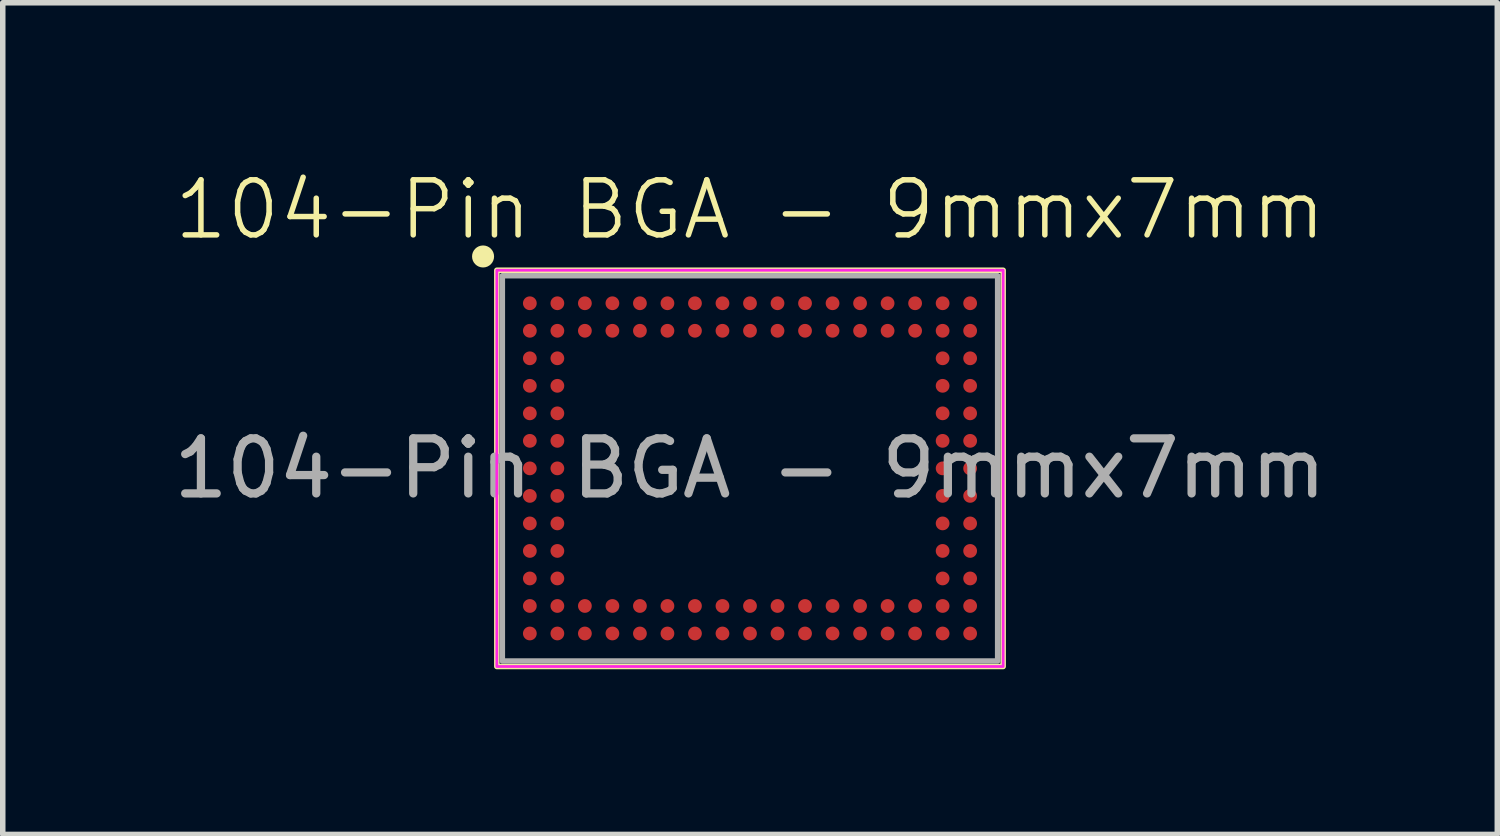
<source format=kicad_pcb>
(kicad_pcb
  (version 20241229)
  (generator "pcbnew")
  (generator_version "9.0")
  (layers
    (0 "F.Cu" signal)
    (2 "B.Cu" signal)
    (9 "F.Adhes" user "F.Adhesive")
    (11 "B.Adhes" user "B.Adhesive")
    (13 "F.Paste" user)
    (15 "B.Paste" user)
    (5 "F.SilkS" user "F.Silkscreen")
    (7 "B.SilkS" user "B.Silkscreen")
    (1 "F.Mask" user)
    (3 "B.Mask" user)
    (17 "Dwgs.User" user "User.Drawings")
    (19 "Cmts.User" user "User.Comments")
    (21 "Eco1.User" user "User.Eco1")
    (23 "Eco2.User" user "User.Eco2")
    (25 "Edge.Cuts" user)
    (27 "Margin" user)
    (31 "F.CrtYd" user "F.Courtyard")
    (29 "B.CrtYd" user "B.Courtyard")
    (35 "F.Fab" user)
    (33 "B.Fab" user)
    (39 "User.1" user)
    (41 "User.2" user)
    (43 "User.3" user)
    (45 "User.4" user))
  (footprint "104-Pin BGA - 9mmx7mm"
    (layer "F.Cu")
    (at 10.577 5.46)
    (property "Reference" "104-Pin BGA - 9mmx7mm" (at 0 -4.7 0) (unlocked yes) (layer "F.SilkS") (effects (font (size 1 1) (thickness 0.1))))
    (attr smd)
    (fp_rect (start -4.6 -3.6) (end 4.6 3.6) (stroke (width 0.1) (type default)) (fill no) (layer "F.SilkS"))
    (fp_circle (center -4.85 -3.85) (end -4.7 -3.85) (stroke (width 0.1) (type solid)) (fill yes) (layer "F.SilkS"))
    (fp_rect (start -4.6 -3.6) (end 4.6 3.6) (stroke (width 0.05) (type default)) (fill no) (layer "F.CrtYd"))
    (fp_rect (start -4.5 -3.5) (end 4.5 3.5) (stroke (width 0.1) (type default)) (fill no) (layer "F.Fab"))
    (fp_text user "${REFERENCE}" (at 0 0 0) (unlocked yes) (layer "F.Fab") (effects (font (size 1 1) (thickness 0.15))))
    (pad "A1" smd circle (at -4 -3) (size 0.25 0.25) (property pad_prop_bga) (layers "F.Cu" "F.Mask" "F.Paste"))
    (pad "A2" smd circle (at -3.5 -3) (size 0.25 0.25) (property pad_prop_bga) (layers "F.Cu" "F.Mask" "F.Paste"))
    (pad "A3" smd circle (at -3 -3) (size 0.25 0.25) (property pad_prop_bga) (layers "F.Cu" "F.Mask" "F.Paste"))
    (pad "A4" smd circle (at -2.5 -3) (size 0.25 0.25) (property pad_prop_bga) (layers "F.Cu" "F.Mask" "F.Paste"))
    (pad "A5" smd circle (at -2 -3) (size 0.25 0.25) (property pad_prop_bga) (layers "F.Cu" "F.Mask" "F.Paste"))
    (pad "A6" smd circle (at -1.5 -3) (size 0.25 0.25) (property pad_prop_bga) (layers "F.Cu" "F.Mask" "F.Paste"))
    (pad "A7" smd circle (at -1 -3) (size 0.25 0.25) (property pad_prop_bga) (layers "F.Cu" "F.Mask" "F.Paste"))
    (pad "A8" smd circle (at -0.5 -3) (size 0.25 0.25) (property pad_prop_bga) (layers "F.Cu" "F.Mask" "F.Paste"))
    (pad "A9" smd circle (at 0 -3) (size 0.25 0.25) (property pad_prop_bga) (layers "F.Cu" "F.Mask" "F.Paste"))
    (pad "A10" smd circle (at 0.5 -3) (size 0.25 0.25) (property pad_prop_bga) (layers "F.Cu" "F.Mask" "F.Paste"))
    (pad "A11" smd circle (at 1 -3) (size 0.25 0.25) (property pad_prop_bga) (layers "F.Cu" "F.Mask" "F.Paste"))
    (pad "A12" smd circle (at 1.5 -3) (size 0.25 0.25) (property pad_prop_bga) (layers "F.Cu" "F.Mask" "F.Paste"))
    (pad "A13" smd circle (at 2 -3) (size 0.25 0.25) (property pad_prop_bga) (layers "F.Cu" "F.Mask" "F.Paste"))
    (pad "A14" smd circle (at 2.5 -3) (size 0.25 0.25) (property pad_prop_bga) (layers "F.Cu" "F.Mask" "F.Paste"))
    (pad "A15" smd circle (at 3 -3) (size 0.25 0.25) (property pad_prop_bga) (layers "F.Cu" "F.Mask" "F.Paste"))
    (pad "A16" smd circle (at 3.5 -3) (size 0.25 0.25) (property pad_prop_bga) (layers "F.Cu" "F.Mask" "F.Paste"))
    (pad "A17" smd circle (at 4 -3) (size 0.25 0.25) (property pad_prop_bga) (layers "F.Cu" "F.Mask" "F.Paste"))
    (pad "B1" smd circle (at -4 -2.5) (size 0.25 0.25) (property pad_prop_bga) (layers "F.Cu" "F.Mask" "F.Paste"))
    (pad "B2" smd circle (at -3.5 -2.5) (size 0.25 0.25) (property pad_prop_bga) (layers "F.Cu" "F.Mask" "F.Paste"))
    (pad "B3" smd circle (at -3 -2.5) (size 0.25 0.25) (property pad_prop_bga) (layers "F.Cu" "F.Mask" "F.Paste"))
    (pad "B4" smd circle (at -2.5 -2.5) (size 0.25 0.25) (property pad_prop_bga) (layers "F.Cu" "F.Mask" "F.Paste"))
    (pad "B5" smd circle (at -2 -2.5) (size 0.25 0.25) (property pad_prop_bga) (layers "F.Cu" "F.Mask" "F.Paste"))
    (pad "B6" smd circle (at -1.5 -2.5) (size 0.25 0.25) (property pad_prop_bga) (layers "F.Cu" "F.Mask" "F.Paste"))
    (pad "B7" smd circle (at -1 -2.5) (size 0.25 0.25) (property pad_prop_bga) (layers "F.Cu" "F.Mask" "F.Paste"))
    (pad "B8" smd circle (at -0.5 -2.5) (size 0.25 0.25) (property pad_prop_bga) (layers "F.Cu" "F.Mask" "F.Paste"))
    (pad "B9" smd circle (at 0 -2.5) (size 0.25 0.25) (property pad_prop_bga) (layers "F.Cu" "F.Mask" "F.Paste"))
    (pad "B10" smd circle (at 0.5 -2.5) (size 0.25 0.25) (property pad_prop_bga) (layers "F.Cu" "F.Mask" "F.Paste"))
    (pad "B11" smd circle (at 1 -2.5) (size 0.25 0.25) (property pad_prop_bga) (layers "F.Cu" "F.Mask" "F.Paste"))
    (pad "B12" smd circle (at 1.5 -2.5) (size 0.25 0.25) (property pad_prop_bga) (layers "F.Cu" "F.Mask" "F.Paste"))
    (pad "B13" smd circle (at 2 -2.5) (size 0.25 0.25) (property pad_prop_bga) (layers "F.Cu" "F.Mask" "F.Paste"))
    (pad "B14" smd circle (at 2.5 -2.5) (size 0.25 0.25) (property pad_prop_bga) (layers "F.Cu" "F.Mask" "F.Paste"))
    (pad "B15" smd circle (at 3 -2.5) (size 0.25 0.25) (property pad_prop_bga) (layers "F.Cu" "F.Mask" "F.Paste"))
    (pad "B16" smd circle (at 3.5 -2.5) (size 0.25 0.25) (property pad_prop_bga) (layers "F.Cu" "F.Mask" "F.Paste"))
    (pad "B17" smd circle (at 4 -2.5) (size 0.25 0.25) (property pad_prop_bga) (layers "F.Cu" "F.Mask" "F.Paste"))
    (pad "C1" smd circle (at -4 -2) (size 0.25 0.25) (property pad_prop_bga) (layers "F.Cu" "F.Mask" "F.Paste"))
    (pad "C2" smd circle (at -3.5 -2) (size 0.25 0.25) (property pad_prop_bga) (layers "F.Cu" "F.Mask" "F.Paste"))
    (pad "C16" smd circle (at 3.5 -2) (size 0.25 0.25) (property pad_prop_bga) (layers "F.Cu" "F.Mask" "F.Paste"))
    (pad "C17" smd circle (at 4 -2) (size 0.25 0.25) (property pad_prop_bga) (layers "F.Cu" "F.Mask" "F.Paste"))
    (pad "D1" smd circle (at -4 -1.5) (size 0.25 0.25) (property pad_prop_bga) (layers "F.Cu" "F.Mask" "F.Paste"))
    (pad "D2" smd circle (at -3.5 -1.5) (size 0.25 0.25) (property pad_prop_bga) (layers "F.Cu" "F.Mask" "F.Paste"))
    (pad "D16" smd circle (at 3.5 -1.5) (size 0.25 0.25) (property pad_prop_bga) (layers "F.Cu" "F.Mask" "F.Paste"))
    (pad "D17" smd circle (at 4 -1.5) (size 0.25 0.25) (property pad_prop_bga) (layers "F.Cu" "F.Mask" "F.Paste"))
    (pad "E1" smd circle (at -4 -1) (size 0.25 0.25) (property pad_prop_bga) (layers "F.Cu" "F.Mask" "F.Paste"))
    (pad "E2" smd circle (at -3.5 -1) (size 0.25 0.25) (property pad_prop_bga) (layers "F.Cu" "F.Mask" "F.Paste"))
    (pad "E16" smd circle (at 3.5 -1) (size 0.25 0.25) (property pad_prop_bga) (layers "F.Cu" "F.Mask" "F.Paste"))
    (pad "E17" smd circle (at 4 -1) (size 0.25 0.25) (property pad_prop_bga) (layers "F.Cu" "F.Mask" "F.Paste"))
    (pad "F1" smd circle (at -4 -0.5) (size 0.25 0.25) (property pad_prop_bga) (layers "F.Cu" "F.Mask" "F.Paste"))
    (pad "F2" smd circle (at -3.5 -0.5) (size 0.25 0.25) (property pad_prop_bga) (layers "F.Cu" "F.Mask" "F.Paste"))
    (pad "F16" smd circle (at 3.5 -0.5) (size 0.25 0.25) (property pad_prop_bga) (layers "F.Cu" "F.Mask" "F.Paste"))
    (pad "F17" smd circle (at 4 -0.5) (size 0.25 0.25) (property pad_prop_bga) (layers "F.Cu" "F.Mask" "F.Paste"))
    (pad "G1" smd circle (at -4 0) (size 0.25 0.25) (property pad_prop_bga) (layers "F.Cu" "F.Mask" "F.Paste"))
    (pad "G2" smd circle (at -3.5 0) (size 0.25 0.25) (property pad_prop_bga) (layers "F.Cu" "F.Mask" "F.Paste"))
    (pad "G16" smd circle (at 3.5 0) (size 0.25 0.25) (property pad_prop_bga) (layers "F.Cu" "F.Mask" "F.Paste"))
    (pad "G17" smd circle (at 4 0) (size 0.25 0.25) (property pad_prop_bga) (layers "F.Cu" "F.Mask" "F.Paste"))
    (pad "H1" smd circle (at -4 0.5) (size 0.25 0.25) (property pad_prop_bga) (layers "F.Cu" "F.Mask" "F.Paste"))
    (pad "H2" smd circle (at -3.5 0.5) (size 0.25 0.25) (property pad_prop_bga) (layers "F.Cu" "F.Mask" "F.Paste"))
    (pad "H16" smd circle (at 3.5 0.5) (size 0.25 0.25) (property pad_prop_bga) (layers "F.Cu" "F.Mask" "F.Paste"))
    (pad "H17" smd circle (at 4 0.5) (size 0.25 0.25) (property pad_prop_bga) (layers "F.Cu" "F.Mask" "F.Paste"))
    (pad "J1" smd circle (at -4 1) (size 0.25 0.25) (property pad_prop_bga) (layers "F.Cu" "F.Mask" "F.Paste"))
    (pad "J2" smd circle (at -3.5 1) (size 0.25 0.25) (property pad_prop_bga) (layers "F.Cu" "F.Mask" "F.Paste"))
    (pad "J16" smd circle (at 3.5 1) (size 0.25 0.25) (property pad_prop_bga) (layers "F.Cu" "F.Mask" "F.Paste"))
    (pad "J17" smd circle (at 4 1) (size 0.25 0.25) (property pad_prop_bga) (layers "F.Cu" "F.Mask" "F.Paste"))
    (pad "K1" smd circle (at -4 1.5) (size 0.25 0.25) (property pad_prop_bga) (layers "F.Cu" "F.Mask" "F.Paste"))
    (pad "K2" smd circle (at -3.5 1.5) (size 0.25 0.25) (property pad_prop_bga) (layers "F.Cu" "F.Mask" "F.Paste"))
    (pad "K16" smd circle (at 3.5 1.5) (size 0.25 0.25) (property pad_prop_bga) (layers "F.Cu" "F.Mask" "F.Paste"))
    (pad "K17" smd circle (at 4 1.5) (size 0.25 0.25) (property pad_prop_bga) (layers "F.Cu" "F.Mask" "F.Paste"))
    (pad "L1" smd circle (at -4 2) (size 0.25 0.25) (property pad_prop_bga) (layers "F.Cu" "F.Mask" "F.Paste"))
    (pad "L2" smd circle (at -3.5 2) (size 0.25 0.25) (property pad_prop_bga) (layers "F.Cu" "F.Mask" "F.Paste"))
    (pad "L16" smd circle (at 3.5 2) (size 0.25 0.25) (property pad_prop_bga) (layers "F.Cu" "F.Mask" "F.Paste"))
    (pad "L17" smd circle (at 4 2) (size 0.25 0.25) (property pad_prop_bga) (layers "F.Cu" "F.Mask" "F.Paste"))
    (pad "M1" smd circle (at -4 2.5) (size 0.25 0.25) (property pad_prop_bga) (layers "F.Cu" "F.Mask" "F.Paste"))
    (pad "M2" smd circle (at -3.5 2.5) (size 0.25 0.25) (property pad_prop_bga) (layers "F.Cu" "F.Mask" "F.Paste"))
    (pad "M3" smd circle (at -3 2.5) (size 0.25 0.25) (property pad_prop_bga) (layers "F.Cu" "F.Mask" "F.Paste"))
    (pad "M4" smd circle (at -2.5 2.5) (size 0.25 0.25) (property pad_prop_bga) (layers "F.Cu" "F.Mask" "F.Paste"))
    (pad "M5" smd circle (at -2 2.5) (size 0.25 0.25) (property pad_prop_bga) (layers "F.Cu" "F.Mask" "F.Paste"))
    (pad "M6" smd circle (at -1.5 2.5) (size 0.25 0.25) (property pad_prop_bga) (layers "F.Cu" "F.Mask" "F.Paste"))
    (pad "M7" smd circle (at -1 2.5) (size 0.25 0.25) (property pad_prop_bga) (layers "F.Cu" "F.Mask" "F.Paste"))
    (pad "M8" smd circle (at -0.5 2.5) (size 0.25 0.25) (property pad_prop_bga) (layers "F.Cu" "F.Mask" "F.Paste"))
    (pad "M9" smd circle (at 0 2.5) (size 0.25 0.25) (property pad_prop_bga) (layers "F.Cu" "F.Mask" "F.Paste"))
    (pad "M10" smd circle (at 0.5 2.5) (size 0.25 0.25) (property pad_prop_bga) (layers "F.Cu" "F.Mask" "F.Paste"))
    (pad "M11" smd circle (at 1 2.5) (size 0.25 0.25) (property pad_prop_bga) (layers "F.Cu" "F.Mask" "F.Paste"))
    (pad "M12" smd circle (at 1.5 2.5) (size 0.25 0.25) (property pad_prop_bga) (layers "F.Cu" "F.Mask" "F.Paste"))
    (pad "M13" smd circle (at 2 2.5) (size 0.25 0.25) (property pad_prop_bga) (layers "F.Cu" "F.Mask" "F.Paste"))
    (pad "M14" smd circle (at 2.5 2.5) (size 0.25 0.25) (property pad_prop_bga) (layers "F.Cu" "F.Mask" "F.Paste"))
    (pad "M15" smd circle (at 3 2.5) (size 0.25 0.25) (property pad_prop_bga) (layers "F.Cu" "F.Mask" "F.Paste"))
    (pad "M16" smd circle (at 3.5 2.5) (size 0.25 0.25) (property pad_prop_bga) (layers "F.Cu" "F.Mask" "F.Paste"))
    (pad "M17" smd circle (at 4 2.5) (size 0.25 0.25) (property pad_prop_bga) (layers "F.Cu" "F.Mask" "F.Paste"))
    (pad "N1" smd circle (at -4 3) (size 0.25 0.25) (property pad_prop_bga) (layers "F.Cu" "F.Mask" "F.Paste"))
    (pad "N2" smd circle (at -3.5 3) (size 0.25 0.25) (property pad_prop_bga) (layers "F.Cu" "F.Mask" "F.Paste"))
    (pad "N3" smd circle (at -3 3) (size 0.25 0.25) (property pad_prop_bga) (layers "F.Cu" "F.Mask" "F.Paste"))
    (pad "N4" smd circle (at -2.5 3) (size 0.25 0.25) (property pad_prop_bga) (layers "F.Cu" "F.Mask" "F.Paste"))
    (pad "N5" smd circle (at -2 3) (size 0.25 0.25) (property pad_prop_bga) (layers "F.Cu" "F.Mask" "F.Paste"))
    (pad "N6" smd circle (at -1.5 3) (size 0.25 0.25) (property pad_prop_bga) (layers "F.Cu" "F.Mask" "F.Paste"))
    (pad "N7" smd circle (at -1 3) (size 0.25 0.25) (property pad_prop_bga) (layers "F.Cu" "F.Mask" "F.Paste"))
    (pad "N8" smd circle (at -0.5 3) (size 0.25 0.25) (property pad_prop_bga) (layers "F.Cu" "F.Mask" "F.Paste"))
    (pad "N9" smd circle (at 0 3) (size 0.25 0.25) (property pad_prop_bga) (layers "F.Cu" "F.Mask" "F.Paste"))
    (pad "N10" smd circle (at 0.5 3) (size 0.25 0.25) (property pad_prop_bga) (layers "F.Cu" "F.Mask" "F.Paste"))
    (pad "N11" smd circle (at 1 3) (size 0.25 0.25) (property pad_prop_bga) (layers "F.Cu" "F.Mask" "F.Paste"))
    (pad "N12" smd circle (at 1.5 3) (size 0.25 0.25) (property pad_prop_bga) (layers "F.Cu" "F.Mask" "F.Paste"))
    (pad "N13" smd circle (at 2 3) (size 0.25 0.25) (property pad_prop_bga) (layers "F.Cu" "F.Mask" "F.Paste"))
    (pad "N14" smd circle (at 2.5 3) (size 0.25 0.25) (property pad_prop_bga) (layers "F.Cu" "F.Mask" "F.Paste"))
    (pad "N15" smd circle (at 3 3) (size 0.25 0.25) (property pad_prop_bga) (layers "F.Cu" "F.Mask" "F.Paste"))
    (pad "N16" smd circle (at 3.5 3) (size 0.25 0.25) (property pad_prop_bga) (layers "F.Cu" "F.Mask" "F.Paste"))
    (pad "N17" smd circle (at 4 3) (size 0.25 0.25) (property pad_prop_bga) (layers "F.Cu" "F.Mask" "F.Paste"))
    (zone (net_name "") (layer "F.Cu") (hatch edge 0.5) (connect_pads) (min_thickness 0.25) (filled_areas_thickness no) (keepout (tracks allowed) (vias allowed) (pads allowed) (copperpour not_allowed) (footprints allowed)) (placement (enabled no)) (fill) (polygon (pts (xy 6.177 2.061) (xy 14.977 2.061) (xy 14.977 8.861) (xy 6.177 8.861)))))
  (gr_rect
    (start -3 -3)
    (end 24.155 12.111)
    (stroke (width 0.1) (type default))
    (fill no)
    (layer "Edge.Cuts")))
</source>
